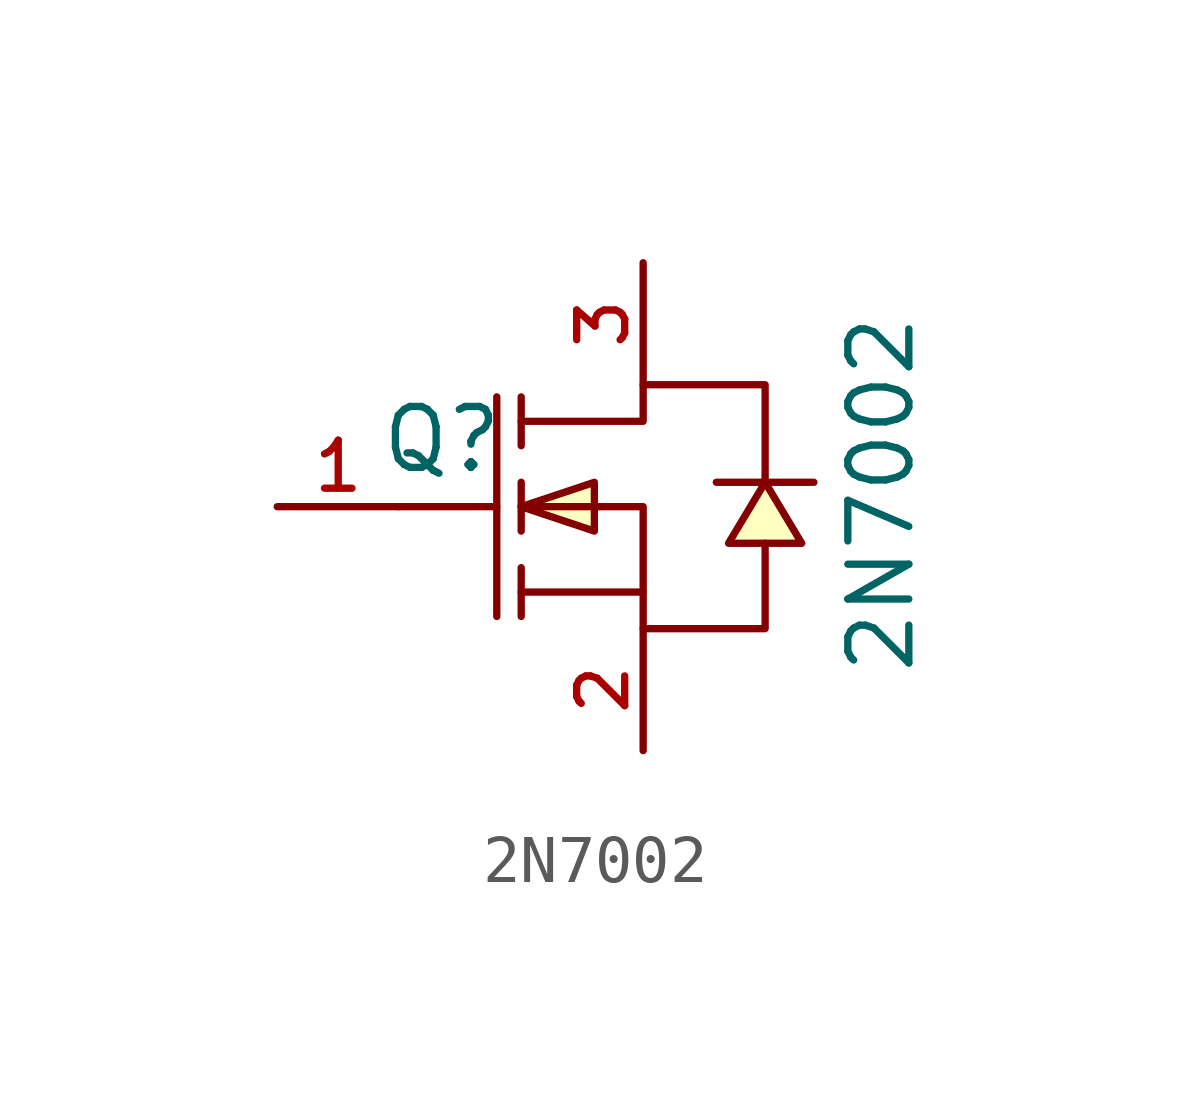
<source format=kicad_sym>
(kicad_symbol_lib
  (version 20241209)
  (generator "kicad_symbol_editor")
  (generator_version "9.0")
  (symbol "2N7002"
    (pin_names
      (hide yes))
    (property "Reference" "Q"
      (at -1.651 1.397 0)
      (effects (font (size 1.27 1.27))))
    (property "Value" "2N7002"
      (at 7.493 0.254 90)
      (effects (font (size 1.27 1.27))))
    (symbol "2N7002_0_1"
      (polyline (pts (xy -2.54 0) (xy -0.508 0)) (stroke (width 0) (type default)) (fill (type none)))
      (polyline (pts (xy -0.508 2.286) (xy -0.508 -2.286)) (stroke (width 0) (type default)) (fill (type none)))
      (polyline (pts (xy 0 2.286) (xy 0 1.27)) (stroke (width 0) (type default)) (fill (type none)))
      (polyline (pts (xy 0 1.778) (xy 2.54 1.778) (xy 2.54 2.54) (xy 5.08 2.54) (xy 5.08 0.508)) (stroke (width 0) (type default)) (fill (type none)))
      (polyline (pts (xy 0 0) (xy 1.524 -0.508) (xy 1.524 0.508) (xy 0 0)) (stroke (width 0) (type default)) (fill (type background)))
      (polyline (pts (xy 0 0) (xy 2.54 0) (xy 2.54 -2.54) (xy 5.08 -2.54) (xy 5.08 -0.762)) (stroke (width 0) (type default)) (fill (type none)))
      (polyline (pts (xy 0 -0.508) (xy 0 0.508)) (stroke (width 0) (type default)) (fill (type none)))
      (polyline (pts (xy 0 -2.286) (xy 0 -1.27)) (stroke (width 0) (type default)) (fill (type none)))
      (polyline (pts (xy 2.54 -1.778) (xy 0 -1.778)) (stroke (width 0) (type default)) (fill (type none)))
      (polyline (pts (xy 5.08 0.508) (xy 4.318 -0.762) (xy 5.842 -0.762) (xy 5.08 0.508)) (stroke (width 0) (type default)) (fill (type background)))
      (polyline (pts (xy 6.096 0.508) (xy 5.588 0.508) (xy 4.572 0.508) (xy 4.064 0.508)) (stroke (width 0) (type default)) (fill (type none)))
      (pin unspecified line (at -5.08 0 0) (length 2.54) (name "G" (effects (font (size 1 1)))) (number "1" (effects (font (size 1 1)))))
      (pin unspecified line (at 2.54 5.08 270) (length 2.54) (name "D" (effects (font (size 1 1)))) (number "3" (effects (font (size 1 1)))))
      (pin unspecified line (at 2.54 -5.08 90) (length 2.54) (name "S" (effects (font (size 1 1)))) (number "2" (effects (font (size 1 1))))))))
</source>
